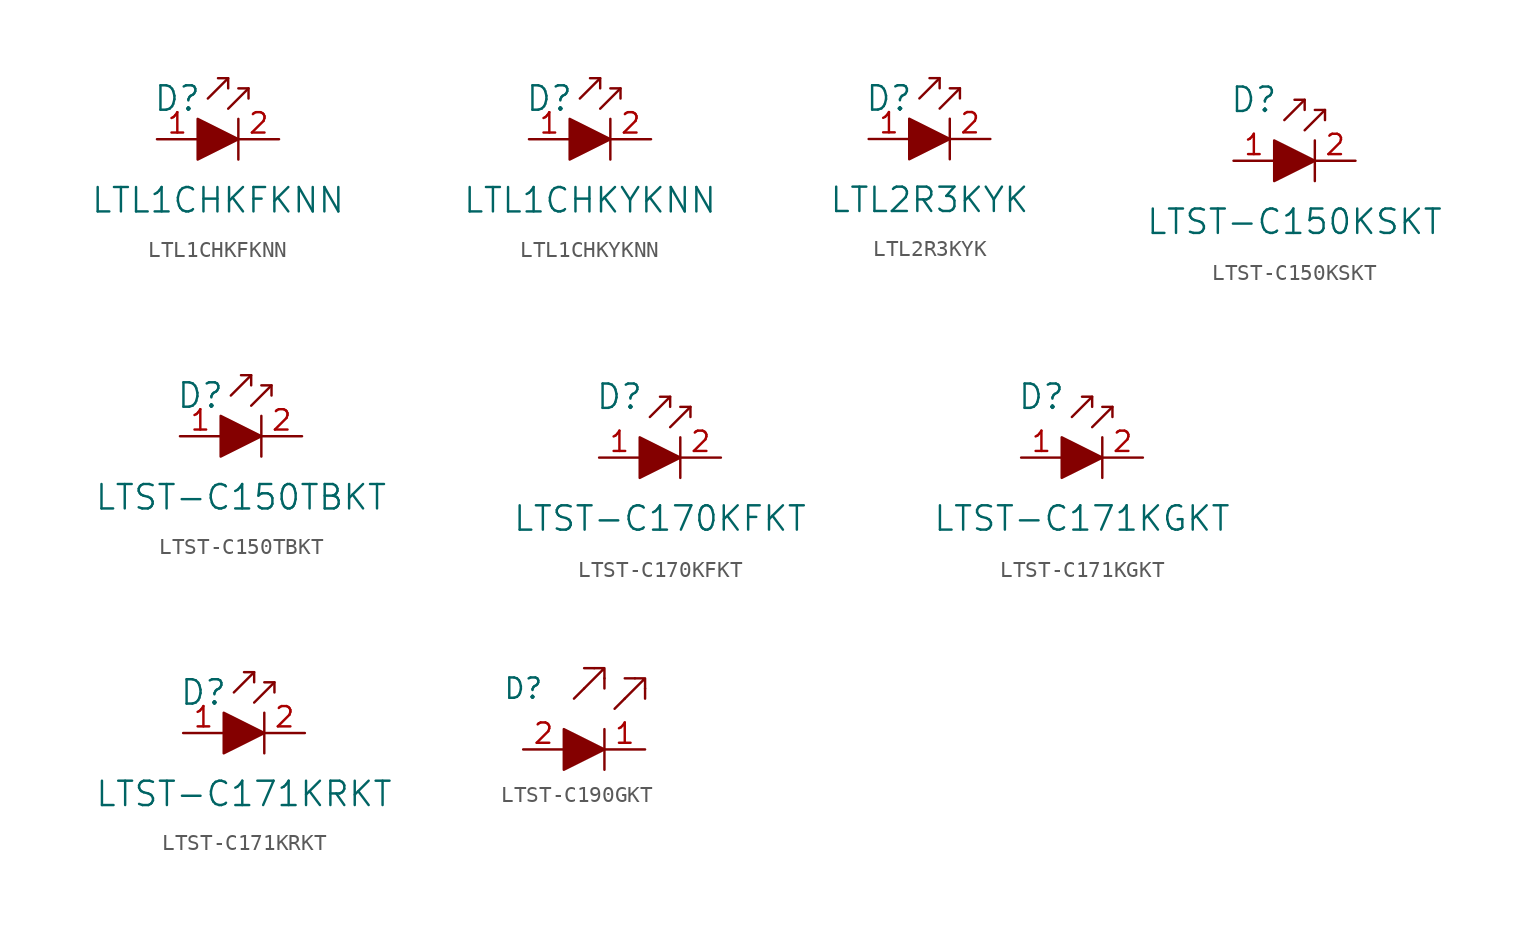
<source format=kicad_sym>
(kicad_symbol_lib
  (version 20211014)
  (generator kicad_symbol_editor)
  (symbol "LTL1CHKFKNN"
    (pin_names
      (offset 0))
    (property "Reference" "D"
      (at -3.81 2.54 0)
      (effects (font (size 1.524 1.524))))
    (property "Value" "LTL1CHKFKNN"
      (at -1.27 -3.81 0)
      (effects (font (size 1.524 1.524))))
    (symbol "LTL1CHKFKNN_0_1"
      (polyline (pts (xy -0.635 3.81) (xy -1.905 2.54)) (stroke (width 0) (type default) (color 0 0 0 0)) (fill (type none)))
      (polyline (pts (xy 0 1.27) (xy 0 -1.27)) (stroke (width 0) (type default) (color 0 0 0 0)) (fill (type none)))
      (polyline (pts (xy 0.635 3.175) (xy -0.635 1.905)) (stroke (width 0) (type default) (color 0 0 0 0)) (fill (type none)))
      (polyline (pts (xy -1.27 3.81) (xy -0.635 3.81) (xy -0.635 3.175)) (stroke (width 0) (type default) (color 0 0 0 0)) (fill (type none)))
      (polyline (pts (xy 0 3.175) (xy 0.635 3.175) (xy 0.635 2.54)) (stroke (width 0) (type default) (color 0 0 0 0)) (fill (type none)))
      (polyline (pts (xy -2.54 1.27) (xy -2.54 -1.27) (xy 0 0) (xy -2.54 1.27)) (stroke (width 0) (type default) (color 0 0 0 0)) (fill (type outline))))
    (symbol "LTL1CHKFKNN_1_1"
      (pin passive line (at -5.08 0 0) (length 2.54) (name "~" (effects (font (size 1.27 1.27)))) (number "1" (effects (font (size 1.27 1.27)))))
      (pin passive line (at 2.54 0 180) (length 2.54) (name "~" (effects (font (size 1.27 1.27)))) (number "2" (effects (font (size 1.27 1.27)))))))
  (symbol "LTL1CHKYKNN"
    (pin_names
      (offset 0))
    (property "Reference" "D"
      (at -3.81 2.54 0)
      (effects (font (size 1.524 1.524))))
    (property "Value" "LTL1CHKYKNN"
      (at -1.27 -3.81 0)
      (effects (font (size 1.524 1.524))))
    (symbol "LTL1CHKYKNN_0_1"
      (polyline (pts (xy -0.635 3.81) (xy -1.905 2.54)) (stroke (width 0) (type default) (color 0 0 0 0)) (fill (type none)))
      (polyline (pts (xy 0 1.27) (xy 0 -1.27)) (stroke (width 0) (type default) (color 0 0 0 0)) (fill (type none)))
      (polyline (pts (xy 0.635 3.175) (xy -0.635 1.905)) (stroke (width 0) (type default) (color 0 0 0 0)) (fill (type none)))
      (polyline (pts (xy -1.27 3.81) (xy -0.635 3.81) (xy -0.635 3.175)) (stroke (width 0) (type default) (color 0 0 0 0)) (fill (type none)))
      (polyline (pts (xy 0 3.175) (xy 0.635 3.175) (xy 0.635 2.54)) (stroke (width 0) (type default) (color 0 0 0 0)) (fill (type none)))
      (polyline (pts (xy -2.54 1.27) (xy -2.54 -1.27) (xy 0 0) (xy -2.54 1.27)) (stroke (width 0) (type default) (color 0 0 0 0)) (fill (type outline))))
    (symbol "LTL1CHKYKNN_1_1"
      (pin passive line (at -5.08 0 0) (length 2.54) (name "~" (effects (font (size 1.27 1.27)))) (number "1" (effects (font (size 1.27 1.27)))))
      (pin passive line (at 2.54 0 180) (length 2.54) (name "~" (effects (font (size 1.27 1.27)))) (number "2" (effects (font (size 1.27 1.27)))))))
  (symbol "LTL2R3KYK"
    (pin_names
      (offset 0))
    (property "Reference" "D"
      (at -3.81 2.54 0)
      (effects (font (size 1.524 1.524))))
    (property "Value" "LTL2R3KYK"
      (at -1.27 -3.81 0)
      (effects (font (size 1.524 1.524))))
    (symbol "LTL2R3KYK_0_1"
      (polyline (pts (xy -0.635 3.81) (xy -1.905 2.54)) (stroke (width 0) (type default) (color 0 0 0 0)) (fill (type none)))
      (polyline (pts (xy 0 1.27) (xy 0 -1.27)) (stroke (width 0) (type default) (color 0 0 0 0)) (fill (type none)))
      (polyline (pts (xy 0.635 3.175) (xy -0.635 1.905)) (stroke (width 0) (type default) (color 0 0 0 0)) (fill (type none)))
      (polyline (pts (xy -1.27 3.81) (xy -0.635 3.81) (xy -0.635 3.175)) (stroke (width 0) (type default) (color 0 0 0 0)) (fill (type none)))
      (polyline (pts (xy 0 3.175) (xy 0.635 3.175) (xy 0.635 2.54)) (stroke (width 0) (type default) (color 0 0 0 0)) (fill (type none)))
      (polyline (pts (xy -2.54 1.27) (xy -2.54 -1.27) (xy 0 0) (xy -2.54 1.27)) (stroke (width 0) (type default) (color 0 0 0 0)) (fill (type outline))))
    (symbol "LTL2R3KYK_1_1"
      (pin passive line (at -5.08 0 0) (length 2.54) (name "~" (effects (font (size 1.27 1.27)))) (number "1" (effects (font (size 1.27 1.27)))))
      (pin passive line (at 2.54 0 180) (length 2.54) (name "~" (effects (font (size 1.27 1.27)))) (number "2" (effects (font (size 1.27 1.27)))))))
  (symbol "LTST-C150KSKT"
    (pin_names
      (offset 0))
    (property "Reference" "D"
      (at -3.81 3.81 0)
      (effects (font (size 1.524 1.524))))
    (property "Value" "LTST-C150KSKT"
      (at -1.27 -3.81 0)
      (effects (font (size 1.524 1.524))))
    (symbol "LTST-C150KSKT_0_1"
      (polyline (pts (xy -0.635 3.81) (xy -1.905 2.54)) (stroke (width 0) (type default) (color 0 0 0 0)) (fill (type none)))
      (polyline (pts (xy 0 1.27) (xy 0 -1.27)) (stroke (width 0) (type default) (color 0 0 0 0)) (fill (type none)))
      (polyline (pts (xy 0.635 3.175) (xy -0.635 1.905)) (stroke (width 0) (type default) (color 0 0 0 0)) (fill (type none)))
      (polyline (pts (xy -1.27 3.81) (xy -0.635 3.81) (xy -0.635 3.175)) (stroke (width 0) (type default) (color 0 0 0 0)) (fill (type none)))
      (polyline (pts (xy 0 3.175) (xy 0.635 3.175) (xy 0.635 2.54)) (stroke (width 0) (type default) (color 0 0 0 0)) (fill (type none)))
      (polyline (pts (xy -2.54 1.27) (xy -2.54 -1.27) (xy 0 0) (xy -2.54 1.27)) (stroke (width 0) (type default) (color 0 0 0 0)) (fill (type outline))))
    (symbol "LTST-C150KSKT_1_1"
      (pin passive line (at -5.08 0 0) (length 2.54) (name "~" (effects (font (size 1.27 1.27)))) (number "1" (effects (font (size 1.27 1.27)))))
      (pin passive line (at 2.54 0 180) (length 2.54) (name "~" (effects (font (size 1.27 1.27)))) (number "2" (effects (font (size 1.27 1.27)))))))
  (symbol "LTST-C150TBKT"
    (pin_names
      (offset 0))
    (property "Reference" "D"
      (at -3.81 2.54 0)
      (effects (font (size 1.524 1.524))))
    (property "Value" "LTST-C150TBKT"
      (at -1.27 -3.81 0)
      (effects (font (size 1.524 1.524))))
    (symbol "LTST-C150TBKT_0_1"
      (polyline (pts (xy -0.635 3.81) (xy -1.905 2.54)) (stroke (width 0) (type default) (color 0 0 0 0)) (fill (type none)))
      (polyline (pts (xy 0 1.27) (xy 0 -1.27)) (stroke (width 0) (type default) (color 0 0 0 0)) (fill (type none)))
      (polyline (pts (xy 0.635 3.175) (xy -0.635 1.905)) (stroke (width 0) (type default) (color 0 0 0 0)) (fill (type none)))
      (polyline (pts (xy -1.27 3.81) (xy -0.635 3.81) (xy -0.635 3.175)) (stroke (width 0) (type default) (color 0 0 0 0)) (fill (type none)))
      (polyline (pts (xy 0 3.175) (xy 0.635 3.175) (xy 0.635 2.54)) (stroke (width 0) (type default) (color 0 0 0 0)) (fill (type none)))
      (polyline (pts (xy -2.54 1.27) (xy -2.54 -1.27) (xy 0 0) (xy -2.54 1.27)) (stroke (width 0) (type default) (color 0 0 0 0)) (fill (type outline))))
    (symbol "LTST-C150TBKT_1_1"
      (pin passive line (at -5.08 0 0) (length 2.54) (name "~" (effects (font (size 1.27 1.27)))) (number "1" (effects (font (size 1.27 1.27)))))
      (pin passive line (at 2.54 0 180) (length 2.54) (name "~" (effects (font (size 1.27 1.27)))) (number "2" (effects (font (size 1.27 1.27)))))))
  (symbol "LTST-C170KFKT"
    (pin_names
      (offset 0))
    (property "Reference" "D"
      (at -3.81 3.81 0)
      (effects (font (size 1.524 1.524))))
    (property "Value" "LTST-C170KFKT"
      (at -1.27 -3.81 0)
      (effects (font (size 1.524 1.524))))
    (symbol "LTST-C170KFKT_0_1"
      (polyline (pts (xy -0.635 3.81) (xy -1.905 2.54)) (stroke (width 0) (type default) (color 0 0 0 0)) (fill (type none)))
      (polyline (pts (xy 0 1.27) (xy 0 -1.27)) (stroke (width 0) (type default) (color 0 0 0 0)) (fill (type none)))
      (polyline (pts (xy 0.635 3.175) (xy -0.635 1.905)) (stroke (width 0) (type default) (color 0 0 0 0)) (fill (type none)))
      (polyline (pts (xy -1.27 3.81) (xy -0.635 3.81) (xy -0.635 3.175)) (stroke (width 0) (type default) (color 0 0 0 0)) (fill (type none)))
      (polyline (pts (xy 0 3.175) (xy 0.635 3.175) (xy 0.635 2.54)) (stroke (width 0) (type default) (color 0 0 0 0)) (fill (type none)))
      (polyline (pts (xy -2.54 1.27) (xy -2.54 -1.27) (xy 0 0) (xy -2.54 1.27)) (stroke (width 0) (type default) (color 0 0 0 0)) (fill (type outline))))
    (symbol "LTST-C170KFKT_1_1"
      (pin passive line (at -5.08 0 0) (length 2.54) (name "~" (effects (font (size 1.27 1.27)))) (number "1" (effects (font (size 1.27 1.27)))))
      (pin passive line (at 2.54 0 180) (length 2.54) (name "~" (effects (font (size 1.27 1.27)))) (number "2" (effects (font (size 1.27 1.27)))))))
  (symbol "LTST-C171KGKT"
    (pin_names
      (offset 0))
    (property "Reference" "D"
      (at -3.81 3.81 0)
      (effects (font (size 1.524 1.524))))
    (property "Value" "LTST-C171KGKT"
      (at -1.27 -3.81 0)
      (effects (font (size 1.524 1.524))))
    (symbol "LTST-C171KGKT_0_1"
      (polyline (pts (xy -0.635 3.81) (xy -1.905 2.54)) (stroke (width 0) (type default) (color 0 0 0 0)) (fill (type none)))
      (polyline (pts (xy 0 1.27) (xy 0 -1.27)) (stroke (width 0) (type default) (color 0 0 0 0)) (fill (type none)))
      (polyline (pts (xy 0.635 3.175) (xy -0.635 1.905)) (stroke (width 0) (type default) (color 0 0 0 0)) (fill (type none)))
      (polyline (pts (xy -1.27 3.81) (xy -0.635 3.81) (xy -0.635 3.175)) (stroke (width 0) (type default) (color 0 0 0 0)) (fill (type none)))
      (polyline (pts (xy 0 3.175) (xy 0.635 3.175) (xy 0.635 2.54)) (stroke (width 0) (type default) (color 0 0 0 0)) (fill (type none)))
      (polyline (pts (xy -2.54 1.27) (xy -2.54 -1.27) (xy 0 0) (xy -2.54 1.27)) (stroke (width 0) (type default) (color 0 0 0 0)) (fill (type outline))))
    (symbol "LTST-C171KGKT_1_1"
      (pin passive line (at -5.08 0 0) (length 2.54) (name "~" (effects (font (size 1.27 1.27)))) (number "1" (effects (font (size 1.27 1.27)))))
      (pin passive line (at 2.54 0 180) (length 2.54) (name "~" (effects (font (size 1.27 1.27)))) (number "2" (effects (font (size 1.27 1.27)))))))
  (symbol "LTST-C171KRKT"
    (pin_names
      (offset 0))
    (property "Reference" "D"
      (at -3.81 2.54 0)
      (effects (font (size 1.524 1.524))))
    (property "Value" "LTST-C171KRKT"
      (at -1.27 -3.81 0)
      (effects (font (size 1.524 1.524))))
    (symbol "LTST-C171KRKT_0_1"
      (polyline (pts (xy -0.635 3.81) (xy -1.905 2.54)) (stroke (width 0) (type default) (color 0 0 0 0)) (fill (type none)))
      (polyline (pts (xy 0 1.27) (xy 0 -1.27)) (stroke (width 0) (type default) (color 0 0 0 0)) (fill (type none)))
      (polyline (pts (xy 0.635 3.175) (xy -0.635 1.905)) (stroke (width 0) (type default) (color 0 0 0 0)) (fill (type none)))
      (polyline (pts (xy -1.27 3.81) (xy -0.635 3.81) (xy -0.635 3.175)) (stroke (width 0) (type default) (color 0 0 0 0)) (fill (type none)))
      (polyline (pts (xy 0 3.175) (xy 0.635 3.175) (xy 0.635 2.54)) (stroke (width 0) (type default) (color 0 0 0 0)) (fill (type none)))
      (polyline (pts (xy -2.54 1.27) (xy -2.54 -1.27) (xy 0 0) (xy -2.54 1.27)) (stroke (width 0) (type default) (color 0 0 0 0)) (fill (type outline))))
    (symbol "LTST-C171KRKT_1_1"
      (pin passive line (at -5.08 0 0) (length 2.54) (name "~" (effects (font (size 1.27 1.27)))) (number "1" (effects (font (size 1.27 1.27)))))
      (pin passive line (at 2.54 0 180) (length 2.54) (name "~" (effects (font (size 1.27 1.27)))) (number "2" (effects (font (size 1.27 1.27)))))))
  (symbol "LTST-C190GKT"
    (pin_names
      (offset 0))
    (property "Reference" "D"
      (at -6.35 3.81 0)
      (effects (font (size 1.27 1.27)) (justify left)))
    (symbol "LTST-C190GKT_0_1"
      (polyline (pts (xy 0 1.27) (xy 0 -1.27)) (stroke (width 0) (type default) (color 0 0 0 0)) (fill (type none)))
      (polyline (pts (xy -2.54 1.27) (xy -2.54 -1.27) (xy 0 0) (xy -2.54 1.27)) (stroke (width 0) (type default) (color 0 0 0 0)) (fill (type outline))))
    (symbol "LTST-C190GKT_1_1"
      (polyline (pts (xy -1.27 3.81) (xy -1.905 3.175)) (stroke (width 0) (type default) (color 0 0 0 0)) (fill (type none)))
      (polyline (pts (xy -0.635 5.08) (xy -1.27 5.08)) (stroke (width 0) (type default) (color 0 0 0 0)) (fill (type none)))
      (polyline (pts (xy 0 4.445) (xy 0 3.81)) (stroke (width 0) (type default) (color 0 0 0 0)) (fill (type none)))
      (polyline (pts (xy 1.27 3.175) (xy 0.635 2.54)) (stroke (width 0) (type default) (color 0 0 0 0)) (fill (type none)))
      (polyline (pts (xy 1.905 4.445) (xy 1.27 4.445)) (stroke (width 0) (type default) (color 0 0 0 0)) (fill (type none)))
      (polyline (pts (xy 2.54 3.81) (xy 2.54 3.175)) (stroke (width 0) (type default) (color 0 0 0 0)) (fill (type none)))
      (polyline (pts (xy 1.27 3.175) (xy 2.54 4.445) (xy 1.905 4.445) (xy 2.54 4.445) (xy 2.54 3.81)) (stroke (width 0) (type default) (color 0 0 0 0)) (fill (type none)))
      (polyline (pts (xy 0 5.08) (xy 0 4.445) (xy 0 5.08) (xy -0.635 5.08) (xy 0 5.08) (xy -1.27 3.81)) (stroke (width 0) (type default) (color 0 0 0 0)) (fill (type none)))
      (pin output line (at 2.54 0 180) (length 2.54) (name "~" (effects (font (size 1.27 1.27)))) (number "1" (effects (font (size 1.27 1.27)))))
      (pin input line (at -5.08 0 0) (length 2.54) (name "~" (effects (font (size 1.27 1.27)))) (number "2" (effects (font (size 1.27 1.27))))))))
</source>
